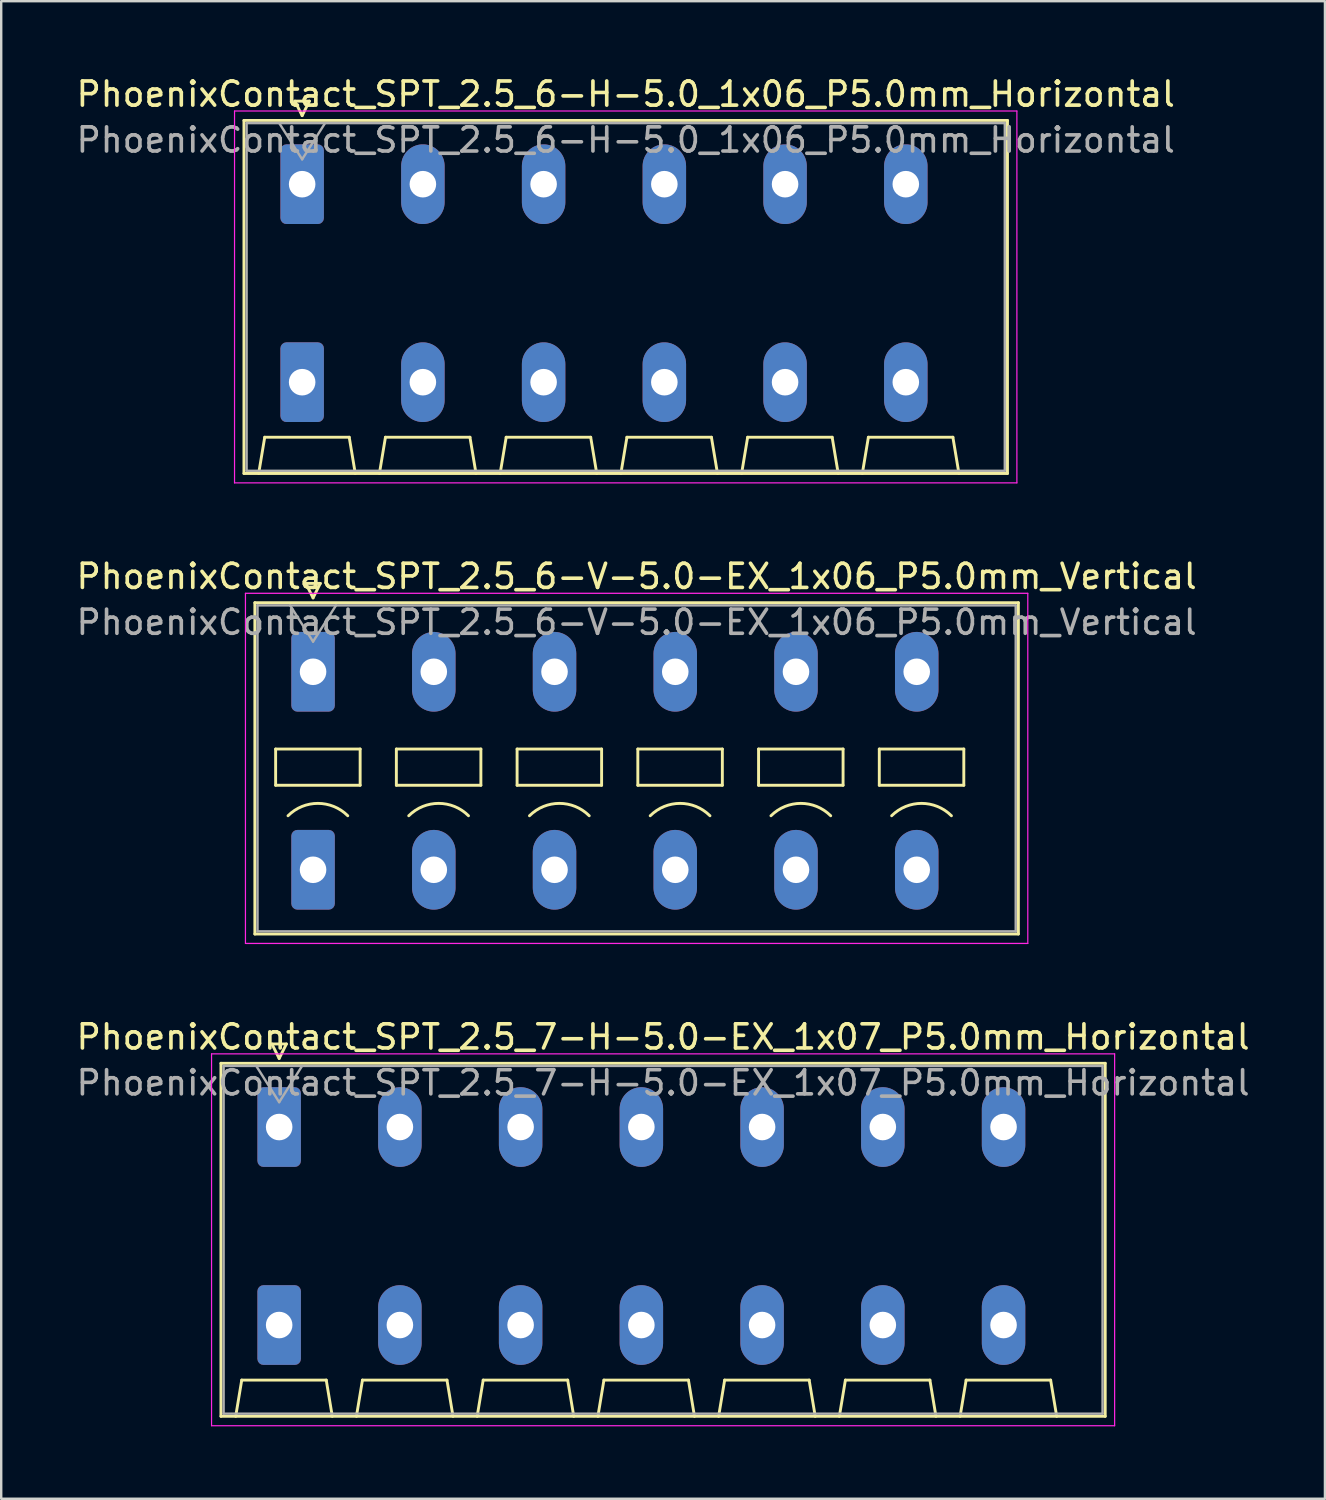
<source format=kicad_pcb>
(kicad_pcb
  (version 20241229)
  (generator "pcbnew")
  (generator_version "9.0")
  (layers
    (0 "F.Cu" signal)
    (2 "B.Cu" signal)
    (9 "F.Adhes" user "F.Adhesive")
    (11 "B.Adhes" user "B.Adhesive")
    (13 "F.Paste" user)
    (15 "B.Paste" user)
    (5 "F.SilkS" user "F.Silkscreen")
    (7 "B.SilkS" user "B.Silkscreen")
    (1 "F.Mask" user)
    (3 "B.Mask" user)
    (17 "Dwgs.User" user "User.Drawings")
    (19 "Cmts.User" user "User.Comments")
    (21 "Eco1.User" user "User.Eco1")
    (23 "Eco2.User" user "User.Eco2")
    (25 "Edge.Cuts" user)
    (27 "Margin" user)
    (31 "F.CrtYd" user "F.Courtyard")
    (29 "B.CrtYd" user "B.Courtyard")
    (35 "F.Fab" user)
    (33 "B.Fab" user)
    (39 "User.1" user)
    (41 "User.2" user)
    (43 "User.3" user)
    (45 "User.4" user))
  (footprint "PhoenixContact_SPT_2.5_6-H-5.0_1x06_P5.0mm_Horizontal"
    (layer "F.Cu")
    (at 9.463 4.578)
    (property "Reference" "PhoenixContact_SPT_2.5_6-H-5.0_1x06_P5.0mm_Horizontal" (at 13.4 -3.73 0) (layer "F.SilkS") (effects (font (size 1 1) (thickness 0.15))))
    (attr through_hole)
    (fp_line (start -2.41 -2.64) (end 29.21 -2.64) (stroke (width 0.12) (type solid)) (layer "F.SilkS"))
    (fp_line (start -2.41 11.98) (end -2.41 -2.64) (stroke (width 0.12) (type solid)) (layer "F.SilkS"))
    (fp_line (start -1.8 11.98) (end -1.55 10.48) (stroke (width 0.12) (type solid)) (layer "F.SilkS"))
    (fp_line (start -1.55 10.48) (end 1.95 10.48) (stroke (width 0.12) (type solid)) (layer "F.SilkS"))
    (fp_line (start -0.3 -3.44) (end 0 -2.84) (stroke (width 0.12) (type solid)) (layer "F.SilkS"))
    (fp_line (start -0.3 -3.44) (end 0.3 -3.44) (stroke (width 0.12) (type solid)) (layer "F.SilkS"))
    (fp_line (start 0.3 -3.44) (end 0 -2.84) (stroke (width 0.12) (type solid)) (layer "F.SilkS"))
    (fp_line (start 2.2 11.98) (end 1.95 10.48) (stroke (width 0.12) (type solid)) (layer "F.SilkS"))
    (fp_line (start 3.2 11.98) (end 3.45 10.48) (stroke (width 0.12) (type solid)) (layer "F.SilkS"))
    (fp_line (start 3.45 10.48) (end 6.95 10.48) (stroke (width 0.12) (type solid)) (layer "F.SilkS"))
    (fp_line (start 7.2 11.98) (end 6.95 10.48) (stroke (width 0.12) (type solid)) (layer "F.SilkS"))
    (fp_line (start 8.2 11.98) (end 8.45 10.48) (stroke (width 0.12) (type solid)) (layer "F.SilkS"))
    (fp_line (start 8.45 10.48) (end 11.95 10.48) (stroke (width 0.12) (type solid)) (layer "F.SilkS"))
    (fp_line (start 12.2 11.98) (end 11.95 10.48) (stroke (width 0.12) (type solid)) (layer "F.SilkS"))
    (fp_line (start 13.2 11.98) (end 13.45 10.48) (stroke (width 0.12) (type solid)) (layer "F.SilkS"))
    (fp_line (start 13.45 10.48) (end 16.95 10.48) (stroke (width 0.12) (type solid)) (layer "F.SilkS"))
    (fp_line (start 17.2 11.98) (end 16.95 10.48) (stroke (width 0.12) (type solid)) (layer "F.SilkS"))
    (fp_line (start 18.2 11.98) (end 18.45 10.48) (stroke (width 0.12) (type solid)) (layer "F.SilkS"))
    (fp_line (start 18.45 10.48) (end 21.95 10.48) (stroke (width 0.12) (type solid)) (layer "F.SilkS"))
    (fp_line (start 22.2 11.98) (end 21.95 10.48) (stroke (width 0.12) (type solid)) (layer "F.SilkS"))
    (fp_line (start 23.2 11.98) (end 23.45 10.48) (stroke (width 0.12) (type solid)) (layer "F.SilkS"))
    (fp_line (start 23.45 10.48) (end 26.95 10.48) (stroke (width 0.12) (type solid)) (layer "F.SilkS"))
    (fp_line (start 27.2 11.98) (end 26.95 10.48) (stroke (width 0.12) (type solid)) (layer "F.SilkS"))
    (fp_line (start 29.21 -2.64) (end 29.21 11.98) (stroke (width 0.12) (type solid)) (layer "F.SilkS"))
    (fp_line (start 29.21 11.98) (end -2.41 11.98) (stroke (width 0.12) (type solid)) (layer "F.SilkS"))
    (fp_line (start -2.8 -3.03) (end -2.8 12.37) (stroke (width 0.05) (type solid)) (layer "F.CrtYd"))
    (fp_line (start -2.8 12.37) (end 29.6 12.37) (stroke (width 0.05) (type solid)) (layer "F.CrtYd"))
    (fp_line (start 29.6 -3.03) (end -2.8 -3.03) (stroke (width 0.05) (type solid)) (layer "F.CrtYd"))
    (fp_line (start 29.6 12.37) (end 29.6 -3.03) (stroke (width 0.05) (type solid)) (layer "F.CrtYd"))
    (fp_line (start -2.3 -2.53) (end -2.3 11.87) (stroke (width 0.1) (type solid)) (layer "F.Fab"))
    (fp_line (start -2.3 11.87) (end 29.1 11.87) (stroke (width 0.1) (type solid)) (layer "F.Fab"))
    (fp_line (start -0.95 -2.53) (end 0 -1.03) (stroke (width 0.1) (type solid)) (layer "F.Fab"))
    (fp_line (start 0.95 -2.53) (end 0 -1.03) (stroke (width 0.1) (type solid)) (layer "F.Fab"))
    (fp_line (start 29.1 -2.53) (end -2.3 -2.53) (stroke (width 0.1) (type solid)) (layer "F.Fab"))
    (fp_line (start 29.1 11.87) (end 29.1 -2.53) (stroke (width 0.1) (type solid)) (layer "F.Fab"))
    (fp_text user "${REFERENCE}" (at 13.4 -1.83 0) (layer "F.Fab") (effects (font (size 1 1) (thickness 0.15))))
    (pad "1" thru_hole roundrect (at 0 0) (size 1.8 3.3) (drill 1.1) (layers "*.Cu" "*.Mask") (roundrect_rratio 0.139))
    (pad "1" thru_hole roundrect (at 0 8.2) (size 1.8 3.3) (drill 1.1) (layers "*.Cu" "*.Mask") (roundrect_rratio 0.139))
    (pad "2" thru_hole oval (at 5 0) (size 1.8 3.3) (drill 1.1) (layers "*.Cu" "*.Mask"))
    (pad "2" thru_hole oval (at 5 8.2) (size 1.8 3.3) (drill 1.1) (layers "*.Cu" "*.Mask"))
    (pad "3" thru_hole oval (at 10 0) (size 1.8 3.3) (drill 1.1) (layers "*.Cu" "*.Mask"))
    (pad "3" thru_hole oval (at 10 8.2) (size 1.8 3.3) (drill 1.1) (layers "*.Cu" "*.Mask"))
    (pad "4" thru_hole oval (at 15 0) (size 1.8 3.3) (drill 1.1) (layers "*.Cu" "*.Mask"))
    (pad "4" thru_hole oval (at 15 8.2) (size 1.8 3.3) (drill 1.1) (layers "*.Cu" "*.Mask"))
    (pad "5" thru_hole oval (at 20 0) (size 1.8 3.3) (drill 1.1) (layers "*.Cu" "*.Mask"))
    (pad "5" thru_hole oval (at 20 8.2) (size 1.8 3.3) (drill 1.1) (layers "*.Cu" "*.Mask"))
    (pad "6" thru_hole oval (at 25 0) (size 1.8 3.3) (drill 1.1) (layers "*.Cu" "*.Mask"))
    (pad "6" thru_hole oval (at 25 8.2) (size 1.8 3.3) (drill 1.1) (layers "*.Cu" "*.Mask")))
  (footprint "PhoenixContact_SPT_2.5_6-V-5.0-EX_1x06_P5.0mm_Vertical"
    (layer "F.Cu")
    (at 9.915 24.771)
    (property "Reference" "PhoenixContact_SPT_2.5_6-V-5.0-EX_1x06_P5.0mm_Vertical" (at 13.4 -3.95 0) (layer "F.SilkS") (effects (font (size 1 1) (thickness 0.15))))
    (attr through_hole)
    (fp_line (start -2.41 -2.86) (end 29.21 -2.86) (stroke (width 0.12) (type solid)) (layer "F.SilkS"))
    (fp_line (start -2.41 10.86) (end -2.41 -2.86) (stroke (width 0.12) (type solid)) (layer "F.SilkS"))
    (fp_line (start -1.55 3.2) (end -1.55 4.7) (stroke (width 0.12) (type solid)) (layer "F.SilkS"))
    (fp_line (start -1.55 4.7) (end 1.95 4.7) (stroke (width 0.12) (type solid)) (layer "F.SilkS"))
    (fp_line (start -0.3 -3.66) (end 0 -3.06) (stroke (width 0.12) (type solid)) (layer "F.SilkS"))
    (fp_line (start -0.3 -3.66) (end 0.3 -3.66) (stroke (width 0.12) (type solid)) (layer "F.SilkS"))
    (fp_line (start 0.3 -3.66) (end 0 -3.06) (stroke (width 0.12) (type solid)) (layer "F.SilkS"))
    (fp_line (start 1.95 3.2) (end -1.55 3.2) (stroke (width 0.12) (type solid)) (layer "F.SilkS"))
    (fp_line (start 1.95 4.7) (end 1.95 3.2) (stroke (width 0.12) (type solid)) (layer "F.SilkS"))
    (fp_line (start 3.45 3.2) (end 3.45 4.7) (stroke (width 0.12) (type solid)) (layer "F.SilkS"))
    (fp_line (start 3.45 4.7) (end 6.95 4.7) (stroke (width 0.12) (type solid)) (layer "F.SilkS"))
    (fp_line (start 6.95 3.2) (end 3.45 3.2) (stroke (width 0.12) (type solid)) (layer "F.SilkS"))
    (fp_line (start 6.95 4.7) (end 6.95 3.2) (stroke (width 0.12) (type solid)) (layer "F.SilkS"))
    (fp_line (start 8.45 3.2) (end 8.45 4.7) (stroke (width 0.12) (type solid)) (layer "F.SilkS"))
    (fp_line (start 8.45 4.7) (end 11.95 4.7) (stroke (width 0.12) (type solid)) (layer "F.SilkS"))
    (fp_line (start 11.95 3.2) (end 8.45 3.2) (stroke (width 0.12) (type solid)) (layer "F.SilkS"))
    (fp_line (start 11.95 4.7) (end 11.95 3.2) (stroke (width 0.12) (type solid)) (layer "F.SilkS"))
    (fp_line (start 13.45 3.2) (end 13.45 4.7) (stroke (width 0.12) (type solid)) (layer "F.SilkS"))
    (fp_line (start 13.45 4.7) (end 16.95 4.7) (stroke (width 0.12) (type solid)) (layer "F.SilkS"))
    (fp_line (start 16.95 3.2) (end 13.45 3.2) (stroke (width 0.12) (type solid)) (layer "F.SilkS"))
    (fp_line (start 16.95 4.7) (end 16.95 3.2) (stroke (width 0.12) (type solid)) (layer "F.SilkS"))
    (fp_line (start 18.45 3.2) (end 18.45 4.7) (stroke (width 0.12) (type solid)) (layer "F.SilkS"))
    (fp_line (start 18.45 4.7) (end 21.95 4.7) (stroke (width 0.12) (type solid)) (layer "F.SilkS"))
    (fp_line (start 21.95 3.2) (end 18.45 3.2) (stroke (width 0.12) (type solid)) (layer "F.SilkS"))
    (fp_line (start 21.95 4.7) (end 21.95 3.2) (stroke (width 0.12) (type solid)) (layer "F.SilkS"))
    (fp_line (start 23.45 3.2) (end 23.45 4.7) (stroke (width 0.12) (type solid)) (layer "F.SilkS"))
    (fp_line (start 23.45 4.7) (end 26.95 4.7) (stroke (width 0.12) (type solid)) (layer "F.SilkS"))
    (fp_line (start 26.95 3.2) (end 23.45 3.2) (stroke (width 0.12) (type solid)) (layer "F.SilkS"))
    (fp_line (start 26.95 4.7) (end 26.95 3.2) (stroke (width 0.12) (type solid)) (layer "F.SilkS"))
    (fp_line (start 29.21 -2.86) (end 29.21 10.86) (stroke (width 0.12) (type solid)) (layer "F.SilkS"))
    (fp_line (start 29.21 10.86) (end -2.41 10.86) (stroke (width 0.12) (type solid)) (layer "F.SilkS"))
    (fp_arc (start -1.037437 5.962563) (mid 0.2 5.45) (end 1.437437 5.962563) (stroke (width 0.12) (type solid)) (layer "F.SilkS"))
    (fp_arc (start 3.962563 5.962563) (mid 5.2 5.45) (end 6.437437 5.962563) (stroke (width 0.12) (type solid)) (layer "F.SilkS"))
    (fp_arc (start 8.962563 5.962563) (mid 10.2 5.45) (end 11.437437 5.962563) (stroke (width 0.12) (type solid)) (layer "F.SilkS"))
    (fp_arc (start 13.962563 5.962563) (mid 15.2 5.45) (end 16.437437 5.962563) (stroke (width 0.12) (type solid)) (layer "F.SilkS"))
    (fp_arc (start 18.962563 5.962563) (mid 20.2 5.45) (end 21.437437 5.962563) (stroke (width 0.12) (type solid)) (layer "F.SilkS"))
    (fp_arc (start 23.962563 5.962563) (mid 25.2 5.45) (end 26.437437 5.962563) (stroke (width 0.12) (type solid)) (layer "F.SilkS"))
    (fp_line (start -2.8 -3.25) (end -2.8 11.25) (stroke (width 0.05) (type solid)) (layer "F.CrtYd"))
    (fp_line (start -2.8 11.25) (end 29.6 11.25) (stroke (width 0.05) (type solid)) (layer "F.CrtYd"))
    (fp_line (start 29.6 -3.25) (end -2.8 -3.25) (stroke (width 0.05) (type solid)) (layer "F.CrtYd"))
    (fp_line (start 29.6 11.25) (end 29.6 -3.25) (stroke (width 0.05) (type solid)) (layer "F.CrtYd"))
    (fp_line (start -2.3 -2.75) (end -2.3 10.75) (stroke (width 0.1) (type solid)) (layer "F.Fab"))
    (fp_line (start -2.3 10.75) (end 29.1 10.75) (stroke (width 0.1) (type solid)) (layer "F.Fab"))
    (fp_line (start -0.95 -2.75) (end 0 -1.25) (stroke (width 0.1) (type solid)) (layer "F.Fab"))
    (fp_line (start 0.95 -2.75) (end 0 -1.25) (stroke (width 0.1) (type solid)) (layer "F.Fab"))
    (fp_line (start 29.1 -2.75) (end -2.3 -2.75) (stroke (width 0.1) (type solid)) (layer "F.Fab"))
    (fp_line (start 29.1 10.75) (end 29.1 -2.75) (stroke (width 0.1) (type solid)) (layer "F.Fab"))
    (fp_text user "${REFERENCE}" (at 13.4 -2.05 0) (layer "F.Fab") (effects (font (size 1 1) (thickness 0.15))))
    (pad "1" thru_hole roundrect (at 0 0) (size 1.8 3.3) (drill 1.1) (layers "*.Cu" "*.Mask") (roundrect_rratio 0.139))
    (pad "1" thru_hole roundrect (at 0 8.2) (size 1.8 3.3) (drill 1.1) (layers "*.Cu" "*.Mask") (roundrect_rratio 0.139))
    (pad "2" thru_hole oval (at 5 0) (size 1.8 3.3) (drill 1.1) (layers "*.Cu" "*.Mask"))
    (pad "2" thru_hole oval (at 5 8.2) (size 1.8 3.3) (drill 1.1) (layers "*.Cu" "*.Mask"))
    (pad "3" thru_hole oval (at 10 0) (size 1.8 3.3) (drill 1.1) (layers "*.Cu" "*.Mask"))
    (pad "3" thru_hole oval (at 10 8.2) (size 1.8 3.3) (drill 1.1) (layers "*.Cu" "*.Mask"))
    (pad "4" thru_hole oval (at 15 0) (size 1.8 3.3) (drill 1.1) (layers "*.Cu" "*.Mask"))
    (pad "4" thru_hole oval (at 15 8.2) (size 1.8 3.3) (drill 1.1) (layers "*.Cu" "*.Mask"))
    (pad "5" thru_hole oval (at 20 0) (size 1.8 3.3) (drill 1.1) (layers "*.Cu" "*.Mask"))
    (pad "5" thru_hole oval (at 20 8.2) (size 1.8 3.3) (drill 1.1) (layers "*.Cu" "*.Mask"))
    (pad "6" thru_hole oval (at 25 0) (size 1.8 3.3) (drill 1.1) (layers "*.Cu" "*.Mask"))
    (pad "6" thru_hole oval (at 25 8.2) (size 1.8 3.3) (drill 1.1) (layers "*.Cu" "*.Mask")))
  (footprint "PhoenixContact_SPT_2.5_7-H-5.0-EX_1x07_P5.0mm_Horizontal"
    (layer "F.Cu")
    (at 8.511 43.625)
    (property "Reference" "PhoenixContact_SPT_2.5_7-H-5.0-EX_1x07_P5.0mm_Horizontal" (at 15.9 -3.73 0) (layer "F.SilkS") (effects (font (size 1 1) (thickness 0.15))))
    (attr through_hole)
    (fp_line (start -2.41 -2.64) (end 34.21 -2.64) (stroke (width 0.12) (type solid)) (layer "F.SilkS"))
    (fp_line (start -2.41 11.98) (end -2.41 -2.64) (stroke (width 0.12) (type solid)) (layer "F.SilkS"))
    (fp_line (start -1.8 11.98) (end -1.55 10.48) (stroke (width 0.12) (type solid)) (layer "F.SilkS"))
    (fp_line (start -1.55 10.48) (end 1.95 10.48) (stroke (width 0.12) (type solid)) (layer "F.SilkS"))
    (fp_line (start -0.3 -3.44) (end 0 -2.84) (stroke (width 0.12) (type solid)) (layer "F.SilkS"))
    (fp_line (start -0.3 -3.44) (end 0.3 -3.44) (stroke (width 0.12) (type solid)) (layer "F.SilkS"))
    (fp_line (start 0.3 -3.44) (end 0 -2.84) (stroke (width 0.12) (type solid)) (layer "F.SilkS"))
    (fp_line (start 2.2 11.98) (end 1.95 10.48) (stroke (width 0.12) (type solid)) (layer "F.SilkS"))
    (fp_line (start 3.2 11.98) (end 3.45 10.48) (stroke (width 0.12) (type solid)) (layer "F.SilkS"))
    (fp_line (start 3.45 10.48) (end 6.95 10.48) (stroke (width 0.12) (type solid)) (layer "F.SilkS"))
    (fp_line (start 7.2 11.98) (end 6.95 10.48) (stroke (width 0.12) (type solid)) (layer "F.SilkS"))
    (fp_line (start 8.2 11.98) (end 8.45 10.48) (stroke (width 0.12) (type solid)) (layer "F.SilkS"))
    (fp_line (start 8.45 10.48) (end 11.95 10.48) (stroke (width 0.12) (type solid)) (layer "F.SilkS"))
    (fp_line (start 12.2 11.98) (end 11.95 10.48) (stroke (width 0.12) (type solid)) (layer "F.SilkS"))
    (fp_line (start 13.2 11.98) (end 13.45 10.48) (stroke (width 0.12) (type solid)) (layer "F.SilkS"))
    (fp_line (start 13.45 10.48) (end 16.95 10.48) (stroke (width 0.12) (type solid)) (layer "F.SilkS"))
    (fp_line (start 17.2 11.98) (end 16.95 10.48) (stroke (width 0.12) (type solid)) (layer "F.SilkS"))
    (fp_line (start 18.2 11.98) (end 18.45 10.48) (stroke (width 0.12) (type solid)) (layer "F.SilkS"))
    (fp_line (start 18.45 10.48) (end 21.95 10.48) (stroke (width 0.12) (type solid)) (layer "F.SilkS"))
    (fp_line (start 22.2 11.98) (end 21.95 10.48) (stroke (width 0.12) (type solid)) (layer "F.SilkS"))
    (fp_line (start 23.2 11.98) (end 23.45 10.48) (stroke (width 0.12) (type solid)) (layer "F.SilkS"))
    (fp_line (start 23.45 10.48) (end 26.95 10.48) (stroke (width 0.12) (type solid)) (layer "F.SilkS"))
    (fp_line (start 27.2 11.98) (end 26.95 10.48) (stroke (width 0.12) (type solid)) (layer "F.SilkS"))
    (fp_line (start 28.2 11.98) (end 28.45 10.48) (stroke (width 0.12) (type solid)) (layer "F.SilkS"))
    (fp_line (start 28.45 10.48) (end 31.95 10.48) (stroke (width 0.12) (type solid)) (layer "F.SilkS"))
    (fp_line (start 32.2 11.98) (end 31.95 10.48) (stroke (width 0.12) (type solid)) (layer "F.SilkS"))
    (fp_line (start 34.21 -2.64) (end 34.21 11.98) (stroke (width 0.12) (type solid)) (layer "F.SilkS"))
    (fp_line (start 34.21 11.98) (end -2.41 11.98) (stroke (width 0.12) (type solid)) (layer "F.SilkS"))
    (fp_line (start -2.8 -3.03) (end -2.8 12.37) (stroke (width 0.05) (type solid)) (layer "F.CrtYd"))
    (fp_line (start -2.8 12.37) (end 34.6 12.37) (stroke (width 0.05) (type solid)) (layer "F.CrtYd"))
    (fp_line (start 34.6 -3.03) (end -2.8 -3.03) (stroke (width 0.05) (type solid)) (layer "F.CrtYd"))
    (fp_line (start 34.6 12.37) (end 34.6 -3.03) (stroke (width 0.05) (type solid)) (layer "F.CrtYd"))
    (fp_line (start -2.3 -2.53) (end -2.3 11.87) (stroke (width 0.1) (type solid)) (layer "F.Fab"))
    (fp_line (start -2.3 11.87) (end 34.1 11.87) (stroke (width 0.1) (type solid)) (layer "F.Fab"))
    (fp_line (start -0.95 -2.53) (end 0 -1.03) (stroke (width 0.1) (type solid)) (layer "F.Fab"))
    (fp_line (start 0.95 -2.53) (end 0 -1.03) (stroke (width 0.1) (type solid)) (layer "F.Fab"))
    (fp_line (start 34.1 -2.53) (end -2.3 -2.53) (stroke (width 0.1) (type solid)) (layer "F.Fab"))
    (fp_line (start 34.1 11.87) (end 34.1 -2.53) (stroke (width 0.1) (type solid)) (layer "F.Fab"))
    (fp_text user "${REFERENCE}" (at 15.9 -1.83 0) (layer "F.Fab") (effects (font (size 1 1) (thickness 0.15))))
    (pad "1" thru_hole roundrect (at 0 0) (size 1.8 3.3) (drill 1.1) (layers "*.Cu" "*.Mask") (roundrect_rratio 0.139))
    (pad "1" thru_hole roundrect (at 0 8.2) (size 1.8 3.3) (drill 1.1) (layers "*.Cu" "*.Mask") (roundrect_rratio 0.139))
    (pad "2" thru_hole oval (at 5 0) (size 1.8 3.3) (drill 1.1) (layers "*.Cu" "*.Mask"))
    (pad "2" thru_hole oval (at 5 8.2) (size 1.8 3.3) (drill 1.1) (layers "*.Cu" "*.Mask"))
    (pad "3" thru_hole oval (at 10 0) (size 1.8 3.3) (drill 1.1) (layers "*.Cu" "*.Mask"))
    (pad "3" thru_hole oval (at 10 8.2) (size 1.8 3.3) (drill 1.1) (layers "*.Cu" "*.Mask"))
    (pad "4" thru_hole oval (at 15 0) (size 1.8 3.3) (drill 1.1) (layers "*.Cu" "*.Mask"))
    (pad "4" thru_hole oval (at 15 8.2) (size 1.8 3.3) (drill 1.1) (layers "*.Cu" "*.Mask"))
    (pad "5" thru_hole oval (at 20 0) (size 1.8 3.3) (drill 1.1) (layers "*.Cu" "*.Mask"))
    (pad "5" thru_hole oval (at 20 8.2) (size 1.8 3.3) (drill 1.1) (layers "*.Cu" "*.Mask"))
    (pad "6" thru_hole oval (at 25 0) (size 1.8 3.3) (drill 1.1) (layers "*.Cu" "*.Mask"))
    (pad "6" thru_hole oval (at 25 8.2) (size 1.8 3.3) (drill 1.1) (layers "*.Cu" "*.Mask"))
    (pad "7" thru_hole oval (at 30 0) (size 1.8 3.3) (drill 1.1) (layers "*.Cu" "*.Mask"))
    (pad "7" thru_hole oval (at 30 8.2) (size 1.8 3.3) (drill 1.1) (layers "*.Cu" "*.Mask")))
  (gr_rect
    (start -3 -3)
    (end 51.821 59.02)
    (stroke (width 0.1) (type default))
    (fill no)
    (layer "Edge.Cuts")))
</source>
